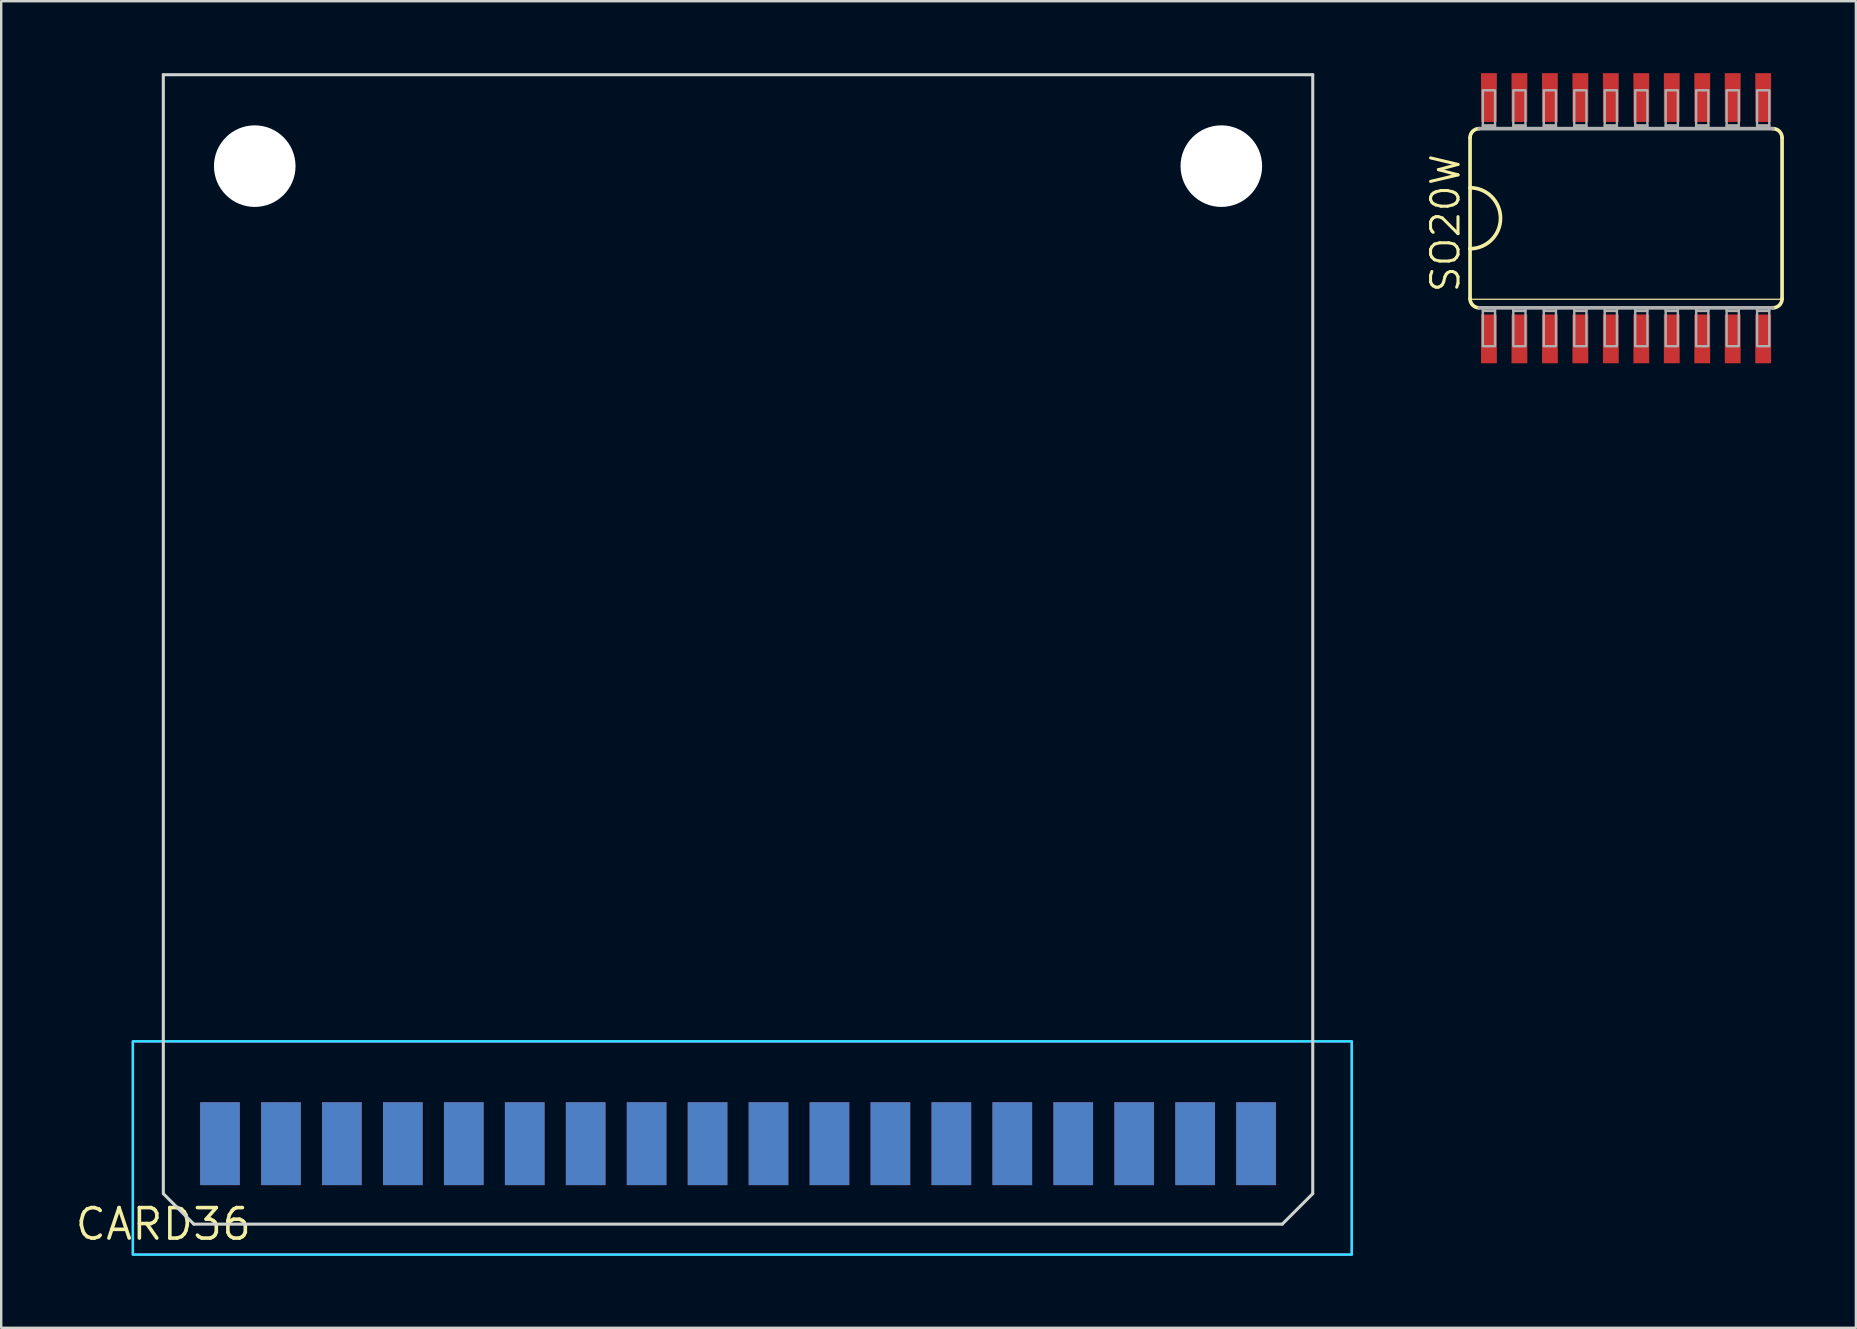
<source format=kicad_pcb>
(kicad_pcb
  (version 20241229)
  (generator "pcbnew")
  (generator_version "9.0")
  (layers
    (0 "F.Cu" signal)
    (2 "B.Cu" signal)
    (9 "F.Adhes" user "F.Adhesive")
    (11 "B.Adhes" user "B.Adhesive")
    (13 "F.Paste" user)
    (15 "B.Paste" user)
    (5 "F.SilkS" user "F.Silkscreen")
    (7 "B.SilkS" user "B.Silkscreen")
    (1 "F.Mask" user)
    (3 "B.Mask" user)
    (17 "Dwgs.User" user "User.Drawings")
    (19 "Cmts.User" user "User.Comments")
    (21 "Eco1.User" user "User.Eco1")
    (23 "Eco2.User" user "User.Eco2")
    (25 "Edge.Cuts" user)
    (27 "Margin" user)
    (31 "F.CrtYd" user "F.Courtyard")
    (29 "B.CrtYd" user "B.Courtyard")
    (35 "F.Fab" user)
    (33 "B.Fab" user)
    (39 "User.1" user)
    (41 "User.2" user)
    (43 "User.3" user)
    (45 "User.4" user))
  (footprint "CARD36"
    (layer "F.Cu")
    (at 3.757 47.968)
    (property "Reference" "CARD36" (at 0 0 0) (layer "F.SilkS") (effects (font (size 1.27 1.27) (thickness 0.15))))
    (fp_poly (pts (xy 0 0) (xy 47.904 0) (xy 47.904 -5.182) (xy 0 -5.182)) (stroke (width 0) (type default)) (fill yes) (layer "F.Mask"))
    (fp_poly (pts (xy 0 0) (xy 47.904 0) (xy 47.904 -5.182) (xy 0 -5.182)) (stroke (width 0) (type default)) (fill yes) (layer "B.Mask"))
    (fp_line (start 0 -47.904) (end 0 -1.27) (stroke (width 0.127) (type solid)) (layer "Edge.Cuts"))
    (fp_line (start 0 -1.27) (end 1.27 0) (stroke (width 0.127) (type solid)) (layer "Edge.Cuts"))
    (fp_line (start 1.27 0) (end 46.634 0) (stroke (width 0.127) (type solid)) (layer "Edge.Cuts"))
    (fp_line (start 46.634 0) (end 47.904 -1.27) (stroke (width 0.127) (type solid)) (layer "Edge.Cuts"))
    (fp_line (start 47.904 -47.904) (end 0 -47.904) (stroke (width 0.127) (type solid)) (layer "Edge.Cuts"))
    (fp_line (start 47.904 -1.27) (end 47.904 -47.904) (stroke (width 0.127) (type solid)) (layer "Edge.Cuts"))
    (fp_poly (pts (xy -1.27 1.27) (xy 49.53 1.27) (xy 49.53 -7.62) (xy -1.27 -7.62)) (stroke (width 0.1) (type default)) (fill no) (layer "B.CrtYd"))
    (fp_poly (pts (xy -1.27 1.27) (xy 49.53 1.27) (xy 49.53 -7.62) (xy -1.27 -7.62)) (stroke (width 0.1) (type default)) (fill no) (layer "F.CrtYd"))
    (pad "" np_thru_hole circle (at 3.81 -44.094) (size 3.4 3.4) (drill 3.4) (layers "*.Cu" "*.Mask"))
    (pad "" np_thru_hole circle (at 44.094 -44.094) (size 3.4 3.4) (drill 3.4) (layers "*.Cu" "*.Mask"))
    (pad "P$1" smd rect (at 2.362 -3.353 90) (size 3.454 1.651) (layers "F.Cu" "F.Mask"))
    (pad "P$2" smd rect (at 4.902 -3.353 90) (size 3.454 1.651) (layers "F.Cu" "F.Mask"))
    (pad "P$3" smd rect (at 7.442 -3.353 90) (size 3.454 1.651) (layers "F.Cu" "F.Mask"))
    (pad "P$4" smd rect (at 9.982 -3.353 90) (size 3.454 1.651) (layers "F.Cu" "F.Mask"))
    (pad "P$5" smd rect (at 12.522 -3.353 90) (size 3.454 1.651) (layers "F.Cu" "F.Mask"))
    (pad "P$6" smd rect (at 15.062 -3.353 90) (size 3.454 1.651) (layers "F.Cu" "F.Mask"))
    (pad "P$7" smd rect (at 17.602 -3.353 90) (size 3.454 1.651) (layers "F.Cu" "F.Mask"))
    (pad "P$8" smd rect (at 20.142 -3.353 90) (size 3.454 1.651) (layers "F.Cu" "F.Mask"))
    (pad "P$9" smd rect (at 22.682 -3.353 90) (size 3.454 1.651) (layers "F.Cu" "F.Mask"))
    (pad "P$10" smd rect (at 25.222 -3.353 90) (size 3.454 1.651) (layers "F.Cu" "F.Mask"))
    (pad "P$11" smd rect (at 27.762 -3.353 90) (size 3.454 1.651) (layers "F.Cu" "F.Mask"))
    (pad "P$12" smd rect (at 30.302 -3.353 90) (size 3.454 1.651) (layers "F.Cu" "F.Mask"))
    (pad "P$13" smd rect (at 32.842 -3.353 90) (size 3.454 1.651) (layers "F.Cu" "F.Mask"))
    (pad "P$14" smd rect (at 35.382 -3.353 90) (size 3.454 1.651) (layers "F.Cu" "F.Mask"))
    (pad "P$15" smd rect (at 37.922 -3.353 90) (size 3.454 1.651) (layers "F.Cu" "F.Mask"))
    (pad "P$16" smd rect (at 40.462 -3.353 90) (size 3.454 1.651) (layers "F.Cu" "F.Mask"))
    (pad "P$17" smd rect (at 43.002 -3.353 90) (size 3.454 1.651) (layers "F.Cu" "F.Mask"))
    (pad "P$18" smd rect (at 45.542 -3.353 90) (size 3.454 1.651) (layers "F.Cu" "F.Mask"))
    (pad "P$19" smd rect (at 45.542 -3.353 90) (size 3.454 1.651) (layers "B.Cu" "B.Mask"))
    (pad "P$20" smd rect (at 43.002 -3.353 90) (size 3.454 1.651) (layers "B.Cu" "B.Mask"))
    (pad "P$21" smd rect (at 40.462 -3.353 90) (size 3.454 1.651) (layers "B.Cu" "B.Mask" "B.Paste"))
    (pad "P$22" smd rect (at 37.922 -3.353 90) (size 3.454 1.651) (layers "B.Cu" "B.Mask"))
    (pad "P$23" smd rect (at 35.382 -3.353 90) (size 3.454 1.651) (layers "B.Cu" "B.Mask"))
    (pad "P$24" smd rect (at 32.842 -3.353 90) (size 3.454 1.651) (layers "B.Cu" "B.Mask"))
    (pad "P$25" smd rect (at 30.302 -3.353 90) (size 3.454 1.651) (layers "B.Cu" "B.Mask"))
    (pad "P$26" smd rect (at 27.762 -3.353 90) (size 3.454 1.651) (layers "B.Cu" "B.Mask"))
    (pad "P$27" smd rect (at 25.222 -3.353 90) (size 3.454 1.651) (layers "B.Cu" "B.Mask"))
    (pad "P$28" smd rect (at 22.682 -3.353 90) (size 3.454 1.651) (layers "B.Cu" "B.Mask"))
    (pad "P$29" smd rect (at 20.142 -3.353 90) (size 3.454 1.651) (layers "B.Cu" "B.Mask"))
    (pad "P$30" smd rect (at 17.602 -3.353 90) (size 3.454 1.651) (layers "B.Cu" "B.Mask"))
    (pad "P$31" smd rect (at 15.062 -3.353 90) (size 3.454 1.651) (layers "B.Cu" "B.Mask"))
    (pad "P$32" smd rect (at 12.522 -3.353 90) (size 3.454 1.651) (layers "B.Cu" "B.Mask"))
    (pad "P$33" smd rect (at 9.982 -3.353 90) (size 3.454 1.651) (layers "B.Cu" "B.Mask"))
    (pad "P$34" smd rect (at 7.442 -3.353 90) (size 3.454 1.651) (layers "B.Cu" "B.Mask"))
    (pad "P$35" smd rect (at 4.902 -3.353 90) (size 3.454 1.651) (layers "B.Cu" "B.Mask"))
    (pad "P$36" smd rect (at 2.362 -3.353 90) (size 3.454 1.651) (layers "B.Cu" "B.Mask")))
  (footprint "SO20W"
    (layer "F.Cu")
    (at 64.719 6.045)
    (property "Reference" "SO20W" (at -6.858 3.175 90) (layer "F.SilkS") (effects (font (size 1.143 1.143) (thickness 0.127)) (justify left bottom)))
    (fp_line (start -6.502 -3.353) (end -6.502 -1.27) (stroke (width 0.152) (type solid)) (layer "F.SilkS"))
    (fp_line (start -6.502 -1.27) (end -6.502 1.27) (stroke (width 0.152) (type solid)) (layer "F.SilkS"))
    (fp_line (start -6.502 1.27) (end -6.502 3.353) (stroke (width 0.152) (type solid)) (layer "F.SilkS"))
    (fp_line (start -6.477 3.378) (end 6.477 3.378) (stroke (width 0.051) (type solid)) (layer "F.SilkS"))
    (fp_line (start 6.502 3.353) (end 6.502 -3.353) (stroke (width 0.152) (type solid)) (layer "F.SilkS"))
    (fp_arc (start -6.5024 -3.3528) (mid -6.390808 -3.622208) (end -6.1214 -3.7338) (stroke (width 0.1524) (type solid)) (layer "F.SilkS"))
    (fp_arc (start -6.5024 -1.27) (mid -5.2324 0) (end -6.5024 1.27) (stroke (width 0.1524) (type solid)) (layer "F.SilkS"))
    (fp_arc (start -6.1214 3.7338) (mid -6.390808 3.622208) (end -6.5024 3.3528) (stroke (width 0.1524) (type solid)) (layer "F.SilkS"))
    (fp_arc (start 6.1214 -3.7338) (mid 6.390808 -3.622208) (end 6.5024 -3.3528) (stroke (width 0.1524) (type solid)) (layer "F.SilkS"))
    (fp_arc (start 6.5024 3.3528) (mid 6.390808 3.622208) (end 6.1214 3.7338) (stroke (width 0.1524) (type solid)) (layer "F.SilkS"))
    (fp_line (start -6.121 3.734) (end 6.121 3.734) (stroke (width 0.152) (type solid)) (layer "F.Fab"))
    (fp_line (start 6.121 -3.734) (end -6.121 -3.734) (stroke (width 0.152) (type solid)) (layer "F.Fab"))
    (fp_poly (pts (xy -5.969 -3.861) (xy -5.461 -3.861) (xy -5.461 -5.334) (xy -5.969 -5.334)) (stroke (width 0.1) (type default)) (fill no) (layer "F.Fab"))
    (fp_poly (pts (xy -5.969 -3.734) (xy -5.461 -3.734) (xy -5.461 -3.861) (xy -5.969 -3.861)) (stroke (width 0.1) (type default)) (fill no) (layer "F.Fab"))
    (fp_poly (pts (xy -5.969 3.861) (xy -5.461 3.861) (xy -5.461 3.734) (xy -5.969 3.734)) (stroke (width 0.1) (type default)) (fill no) (layer "F.Fab"))
    (fp_poly (pts (xy -5.969 5.334) (xy -5.461 5.334) (xy -5.461 3.861) (xy -5.969 3.861)) (stroke (width 0.1) (type default)) (fill no) (layer "F.Fab"))
    (fp_poly (pts (xy -4.699 -3.861) (xy -4.191 -3.861) (xy -4.191 -5.334) (xy -4.699 -5.334)) (stroke (width 0.1) (type default)) (fill no) (layer "F.Fab"))
    (fp_poly (pts (xy -4.699 -3.734) (xy -4.191 -3.734) (xy -4.191 -3.861) (xy -4.699 -3.861)) (stroke (width 0.1) (type default)) (fill no) (layer "F.Fab"))
    (fp_poly (pts (xy -4.699 3.861) (xy -4.191 3.861) (xy -4.191 3.734) (xy -4.699 3.734)) (stroke (width 0.1) (type default)) (fill no) (layer "F.Fab"))
    (fp_poly (pts (xy -4.699 5.334) (xy -4.191 5.334) (xy -4.191 3.861) (xy -4.699 3.861)) (stroke (width 0.1) (type default)) (fill no) (layer "F.Fab"))
    (fp_poly (pts (xy -3.429 -3.861) (xy -2.921 -3.861) (xy -2.921 -5.334) (xy -3.429 -5.334)) (stroke (width 0.1) (type default)) (fill no) (layer "F.Fab"))
    (fp_poly (pts (xy -3.429 -3.734) (xy -2.921 -3.734) (xy -2.921 -3.861) (xy -3.429 -3.861)) (stroke (width 0.1) (type default)) (fill no) (layer "F.Fab"))
    (fp_poly (pts (xy -3.429 3.861) (xy -2.921 3.861) (xy -2.921 3.734) (xy -3.429 3.734)) (stroke (width 0.1) (type default)) (fill no) (layer "F.Fab"))
    (fp_poly (pts (xy -3.429 5.334) (xy -2.921 5.334) (xy -2.921 3.861) (xy -3.429 3.861)) (stroke (width 0.1) (type default)) (fill no) (layer "F.Fab"))
    (fp_poly (pts (xy -2.159 -3.861) (xy -1.651 -3.861) (xy -1.651 -5.334) (xy -2.159 -5.334)) (stroke (width 0.1) (type default)) (fill no) (layer "F.Fab"))
    (fp_poly (pts (xy -2.159 -3.734) (xy -1.651 -3.734) (xy -1.651 -3.861) (xy -2.159 -3.861)) (stroke (width 0.1) (type default)) (fill no) (layer "F.Fab"))
    (fp_poly (pts (xy -2.159 3.861) (xy -1.651 3.861) (xy -1.651 3.734) (xy -2.159 3.734)) (stroke (width 0.1) (type default)) (fill no) (layer "F.Fab"))
    (fp_poly (pts (xy -2.159 5.334) (xy -1.651 5.334) (xy -1.651 3.861) (xy -2.159 3.861)) (stroke (width 0.1) (type default)) (fill no) (layer "F.Fab"))
    (fp_poly (pts (xy -0.889 -3.861) (xy -0.381 -3.861) (xy -0.381 -5.334) (xy -0.889 -5.334)) (stroke (width 0.1) (type default)) (fill no) (layer "F.Fab"))
    (fp_poly (pts (xy -0.889 -3.734) (xy -0.381 -3.734) (xy -0.381 -3.861) (xy -0.889 -3.861)) (stroke (width 0.1) (type default)) (fill no) (layer "F.Fab"))
    (fp_poly (pts (xy -0.889 3.861) (xy -0.381 3.861) (xy -0.381 3.734) (xy -0.889 3.734)) (stroke (width 0.1) (type default)) (fill no) (layer "F.Fab"))
    (fp_poly (pts (xy -0.889 5.334) (xy -0.381 5.334) (xy -0.381 3.861) (xy -0.889 3.861)) (stroke (width 0.1) (type default)) (fill no) (layer "F.Fab"))
    (fp_poly (pts (xy 0.381 -3.861) (xy 0.889 -3.861) (xy 0.889 -5.334) (xy 0.381 -5.334)) (stroke (width 0.1) (type default)) (fill no) (layer "F.Fab"))
    (fp_poly (pts (xy 0.381 -3.734) (xy 0.889 -3.734) (xy 0.889 -3.861) (xy 0.381 -3.861)) (stroke (width 0.1) (type default)) (fill no) (layer "F.Fab"))
    (fp_poly (pts (xy 0.381 3.861) (xy 0.889 3.861) (xy 0.889 3.734) (xy 0.381 3.734)) (stroke (width 0.1) (type default)) (fill no) (layer "F.Fab"))
    (fp_poly (pts (xy 0.381 5.334) (xy 0.889 5.334) (xy 0.889 3.861) (xy 0.381 3.861)) (stroke (width 0.1) (type default)) (fill no) (layer "F.Fab"))
    (fp_poly (pts (xy 1.651 -3.861) (xy 2.159 -3.861) (xy 2.159 -5.334) (xy 1.651 -5.334)) (stroke (width 0.1) (type default)) (fill no) (layer "F.Fab"))
    (fp_poly (pts (xy 1.651 -3.734) (xy 2.159 -3.734) (xy 2.159 -3.861) (xy 1.651 -3.861)) (stroke (width 0.1) (type default)) (fill no) (layer "F.Fab"))
    (fp_poly (pts (xy 1.651 3.861) (xy 2.159 3.861) (xy 2.159 3.734) (xy 1.651 3.734)) (stroke (width 0.1) (type default)) (fill no) (layer "F.Fab"))
    (fp_poly (pts (xy 1.651 5.334) (xy 2.159 5.334) (xy 2.159 3.861) (xy 1.651 3.861)) (stroke (width 0.1) (type default)) (fill no) (layer "F.Fab"))
    (fp_poly (pts (xy 2.921 -3.861) (xy 3.429 -3.861) (xy 3.429 -5.334) (xy 2.921 -5.334)) (stroke (width 0.1) (type default)) (fill no) (layer "F.Fab"))
    (fp_poly (pts (xy 2.921 -3.734) (xy 3.429 -3.734) (xy 3.429 -3.861) (xy 2.921 -3.861)) (stroke (width 0.1) (type default)) (fill no) (layer "F.Fab"))
    (fp_poly (pts (xy 2.921 3.861) (xy 3.429 3.861) (xy 3.429 3.734) (xy 2.921 3.734)) (stroke (width 0.1) (type default)) (fill no) (layer "F.Fab"))
    (fp_poly (pts (xy 2.921 5.334) (xy 3.429 5.334) (xy 3.429 3.861) (xy 2.921 3.861)) (stroke (width 0.1) (type default)) (fill no) (layer "F.Fab"))
    (fp_poly (pts (xy 4.191 -3.861) (xy 4.699 -3.861) (xy 4.699 -5.334) (xy 4.191 -5.334)) (stroke (width 0.1) (type default)) (fill no) (layer "F.Fab"))
    (fp_poly (pts (xy 4.191 -3.734) (xy 4.699 -3.734) (xy 4.699 -3.861) (xy 4.191 -3.861)) (stroke (width 0.1) (type default)) (fill no) (layer "F.Fab"))
    (fp_poly (pts (xy 4.191 3.861) (xy 4.699 3.861) (xy 4.699 3.734) (xy 4.191 3.734)) (stroke (width 0.1) (type default)) (fill no) (layer "F.Fab"))
    (fp_poly (pts (xy 4.191 5.334) (xy 4.699 5.334) (xy 4.699 3.861) (xy 4.191 3.861)) (stroke (width 0.1) (type default)) (fill no) (layer "F.Fab"))
    (fp_poly (pts (xy 5.461 -3.861) (xy 5.969 -3.861) (xy 5.969 -5.334) (xy 5.461 -5.334)) (stroke (width 0.1) (type default)) (fill no) (layer "F.Fab"))
    (fp_poly (pts (xy 5.461 -3.734) (xy 5.969 -3.734) (xy 5.969 -3.861) (xy 5.461 -3.861)) (stroke (width 0.1) (type default)) (fill no) (layer "F.Fab"))
    (fp_poly (pts (xy 5.461 3.861) (xy 5.969 3.861) (xy 5.969 3.734) (xy 5.461 3.734)) (stroke (width 0.1) (type default)) (fill no) (layer "F.Fab"))
    (fp_poly (pts (xy 5.461 5.334) (xy 5.969 5.334) (xy 5.969 3.861) (xy 5.461 3.861)) (stroke (width 0.1) (type default)) (fill no) (layer "F.Fab"))
    (pad "1" smd rect (at -5.715 5.029) (size 0.66 2.032) (layers "F.Cu" "F.Mask" "F.Paste"))
    (pad "2" smd rect (at -4.445 5.029) (size 0.66 2.032) (layers "F.Cu" "F.Mask" "F.Paste"))
    (pad "3" smd rect (at -3.175 5.029) (size 0.66 2.032) (layers "F.Cu" "F.Mask" "F.Paste"))
    (pad "4" smd rect (at -1.905 5.029) (size 0.66 2.032) (layers "F.Cu" "F.Mask" "F.Paste"))
    (pad "5" smd rect (at -0.635 5.029) (size 0.66 2.032) (layers "F.Cu" "F.Mask" "F.Paste"))
    (pad "6" smd rect (at 0.635 5.029) (size 0.66 2.032) (layers "F.Cu" "F.Mask" "F.Paste"))
    (pad "7" smd rect (at 1.905 5.029) (size 0.66 2.032) (layers "F.Cu" "F.Mask" "F.Paste"))
    (pad "8" smd rect (at 3.175 5.029) (size 0.66 2.032) (layers "F.Cu" "F.Mask" "F.Paste"))
    (pad "9" smd rect (at 4.445 5.029) (size 0.66 2.032) (layers "F.Cu" "F.Mask" "F.Paste"))
    (pad "10" smd rect (at 5.715 5.029) (size 0.66 2.032) (layers "F.Cu" "F.Mask" "F.Paste"))
    (pad "11" smd rect (at 5.715 -5.029) (size 0.66 2.032) (layers "F.Cu" "F.Mask" "F.Paste"))
    (pad "12" smd rect (at 4.445 -5.029) (size 0.66 2.032) (layers "F.Cu" "F.Mask" "F.Paste"))
    (pad "13" smd rect (at 3.175 -5.029) (size 0.66 2.032) (layers "F.Cu" "F.Mask" "F.Paste"))
    (pad "14" smd rect (at 1.905 -5.029) (size 0.66 2.032) (layers "F.Cu" "F.Mask" "F.Paste"))
    (pad "15" smd rect (at 0.635 -5.029) (size 0.66 2.032) (layers "F.Cu" "F.Mask" "F.Paste"))
    (pad "16" smd rect (at -0.635 -5.029) (size 0.66 2.032) (layers "F.Cu" "F.Mask" "F.Paste"))
    (pad "17" smd rect (at -1.905 -5.029) (size 0.66 2.032) (layers "F.Cu" "F.Mask" "F.Paste"))
    (pad "18" smd rect (at -3.175 -5.029) (size 0.66 2.032) (layers "F.Cu" "F.Mask" "F.Paste"))
    (pad "19" smd rect (at -4.445 -5.029) (size 0.66 2.032) (layers "F.Cu" "F.Mask" "F.Paste"))
    (pad "20" smd rect (at -5.715 -5.029) (size 0.66 2.032) (layers "F.Cu" "F.Mask" "F.Paste")))
  (gr_rect
    (start -3 -3)
    (end 74.297 52.288)
    (stroke (width 0.1) (type default))
    (fill no)
    (layer "Edge.Cuts")))
</source>
